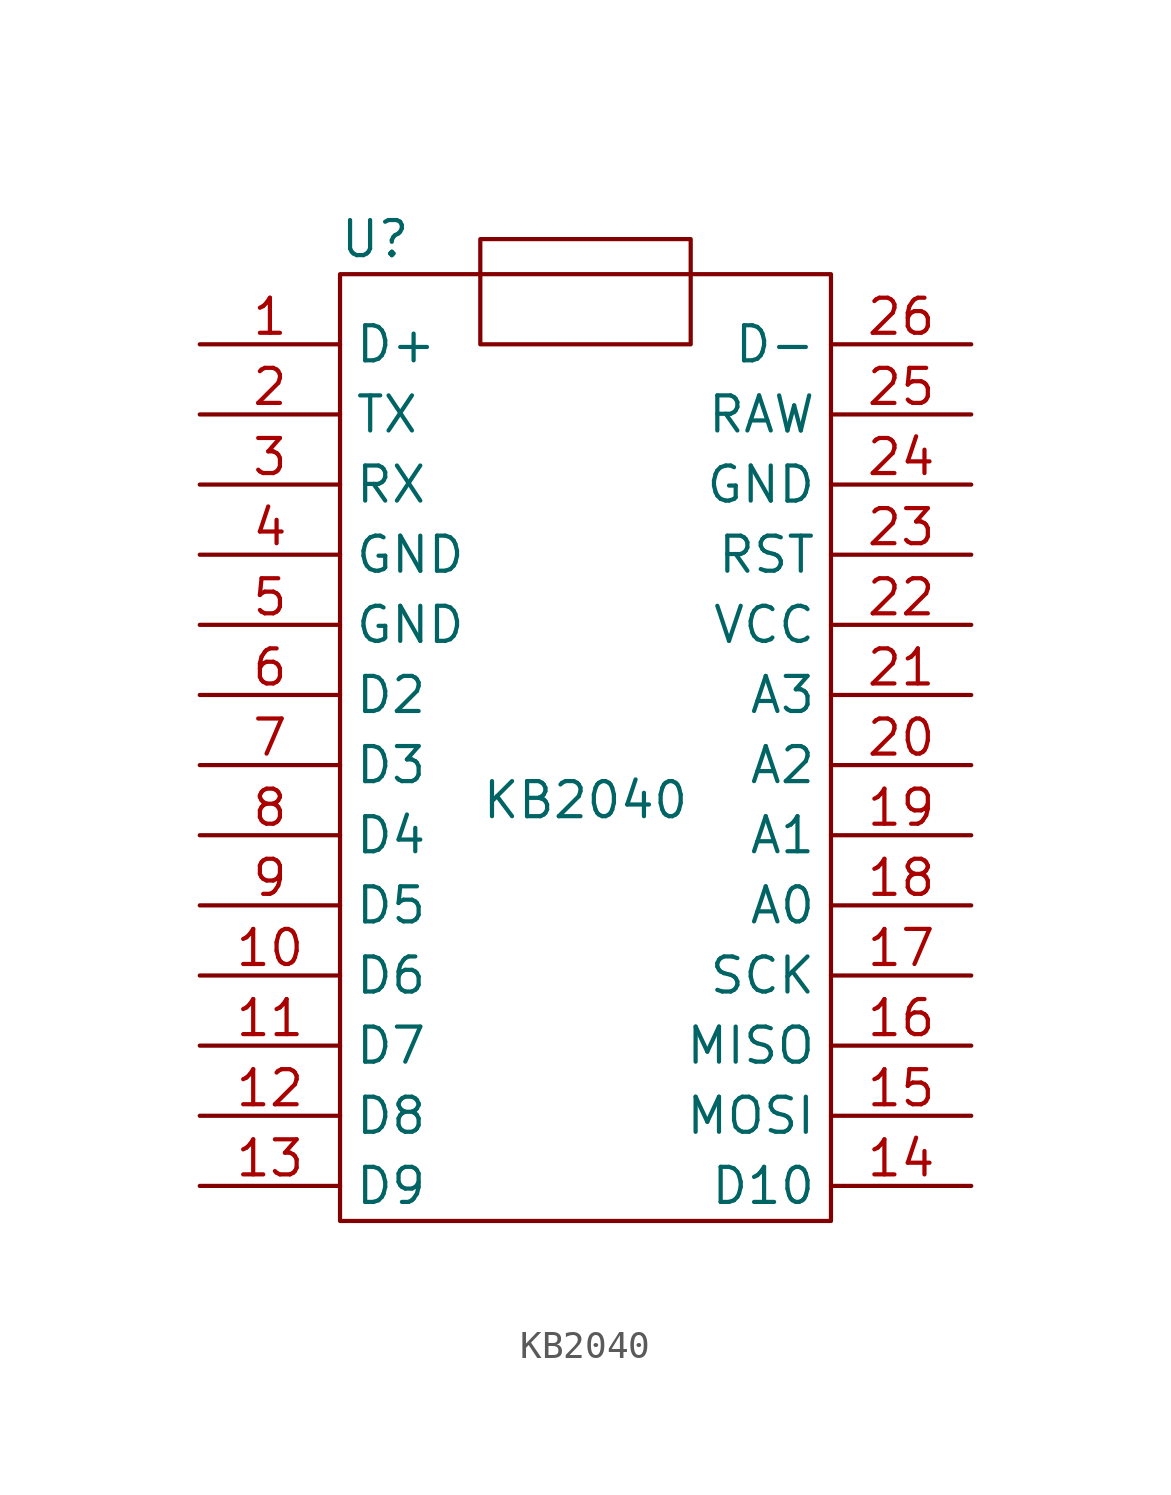
<source format=kicad_sym>
(kicad_symbol_lib
  (version 20211014)
  (generator kicad_symbol_editor)
  (symbol "KB2040"
    (property "Reference" "U"
      (at -7.62 19.05 0)
      (effects (font (size 1.27 1.27))))
    (property "Value" "KB2040"
      (at 0 -1.27 0)
      (effects (font (size 1.27 1.27))))
    (symbol "KB2040_0_1"
      (rectangle (start -8.89 17.78) (end 8.89 -16.51) (stroke (width 0) (type default) (color 0 0 0 0)) (fill (type none)))
      (rectangle (start -3.81 19.05) (end 3.81 15.24) (stroke (width 0) (type default) (color 0 0 0 0)) (fill (type none))))
    (symbol "KB2040_1_1"
      (pin bidirectional line (at -13.97 15.24 0) (length 5.08) (name "D+" (effects (font (size 1.27 1.27)))) (number "1" (effects (font (size 1.27 1.27)))))
      (pin bidirectional line (at -13.97 -7.62 0) (length 5.08) (name "D6" (effects (font (size 1.27 1.27)))) (number "10" (effects (font (size 1.27 1.27)))))
      (pin bidirectional line (at -13.97 -10.16 0) (length 5.08) (name "D7" (effects (font (size 1.27 1.27)))) (number "11" (effects (font (size 1.27 1.27)))))
      (pin bidirectional line (at -13.97 -12.7 0) (length 5.08) (name "D8" (effects (font (size 1.27 1.27)))) (number "12" (effects (font (size 1.27 1.27)))))
      (pin bidirectional line (at -13.97 -15.24 0) (length 5.08) (name "D9" (effects (font (size 1.27 1.27)))) (number "13" (effects (font (size 1.27 1.27)))))
      (pin bidirectional line (at 13.97 -15.24 180) (length 5.08) (name "D10" (effects (font (size 1.27 1.27)))) (number "14" (effects (font (size 1.27 1.27)))))
      (pin bidirectional line (at 13.97 -12.7 180) (length 5.08) (name "MOSI" (effects (font (size 1.27 1.27)))) (number "15" (effects (font (size 1.27 1.27)))))
      (pin bidirectional line (at 13.97 -10.16 180) (length 5.08) (name "MISO" (effects (font (size 1.27 1.27)))) (number "16" (effects (font (size 1.27 1.27)))))
      (pin bidirectional line (at 13.97 -7.62 180) (length 5.08) (name "SCK" (effects (font (size 1.27 1.27)))) (number "17" (effects (font (size 1.27 1.27)))))
      (pin bidirectional line (at 13.97 -5.08 180) (length 5.08) (name "A0" (effects (font (size 1.27 1.27)))) (number "18" (effects (font (size 1.27 1.27)))))
      (pin bidirectional line (at 13.97 -2.54 180) (length 5.08) (name "A1" (effects (font (size 1.27 1.27)))) (number "19" (effects (font (size 1.27 1.27)))))
      (pin bidirectional line (at -13.97 12.7 0) (length 5.08) (name "TX" (effects (font (size 1.27 1.27)))) (number "2" (effects (font (size 1.27 1.27)))))
      (pin bidirectional line (at 13.97 0 180) (length 5.08) (name "A2" (effects (font (size 1.27 1.27)))) (number "20" (effects (font (size 1.27 1.27)))))
      (pin bidirectional line (at 13.97 2.54 180) (length 5.08) (name "A3" (effects (font (size 1.27 1.27)))) (number "21" (effects (font (size 1.27 1.27)))))
      (pin bidirectional line (at 13.97 5.08 180) (length 5.08) (name "VCC" (effects (font (size 1.27 1.27)))) (number "22" (effects (font (size 1.27 1.27)))))
      (pin bidirectional line (at 13.97 7.62 180) (length 5.08) (name "RST" (effects (font (size 1.27 1.27)))) (number "23" (effects (font (size 1.27 1.27)))))
      (pin power_in line (at 13.97 10.16 180) (length 5.08) (name "GND" (effects (font (size 1.27 1.27)))) (number "24" (effects (font (size 1.27 1.27)))))
      (pin power_out line (at 13.97 12.7 180) (length 5.08) (name "RAW" (effects (font (size 1.27 1.27)))) (number "25" (effects (font (size 1.27 1.27)))))
      (pin bidirectional line (at 13.97 15.24 180) (length 5.08) (name "D-" (effects (font (size 1.27 1.27)))) (number "26" (effects (font (size 1.27 1.27)))))
      (pin bidirectional line (at -13.97 10.16 0) (length 5.08) (name "RX" (effects (font (size 1.27 1.27)))) (number "3" (effects (font (size 1.27 1.27)))))
      (pin power_in line (at -13.97 7.62 0) (length 5.08) (name "GND" (effects (font (size 1.27 1.27)))) (number "4" (effects (font (size 1.27 1.27)))))
      (pin power_in line (at -13.97 5.08 0) (length 5.08) (name "GND" (effects (font (size 1.27 1.27)))) (number "5" (effects (font (size 1.27 1.27)))))
      (pin bidirectional line (at -13.97 2.54 0) (length 5.08) (name "D2" (effects (font (size 1.27 1.27)))) (number "6" (effects (font (size 1.27 1.27)))))
      (pin bidirectional line (at -13.97 0 0) (length 5.08) (name "D3" (effects (font (size 1.27 1.27)))) (number "7" (effects (font (size 1.27 1.27)))))
      (pin bidirectional line (at -13.97 -2.54 0) (length 5.08) (name "D4" (effects (font (size 1.27 1.27)))) (number "8" (effects (font (size 1.27 1.27)))))
      (pin bidirectional line (at -13.97 -5.08 0) (length 5.08) (name "D5" (effects (font (size 1.27 1.27)))) (number "9" (effects (font (size 1.27 1.27))))))))
</source>
